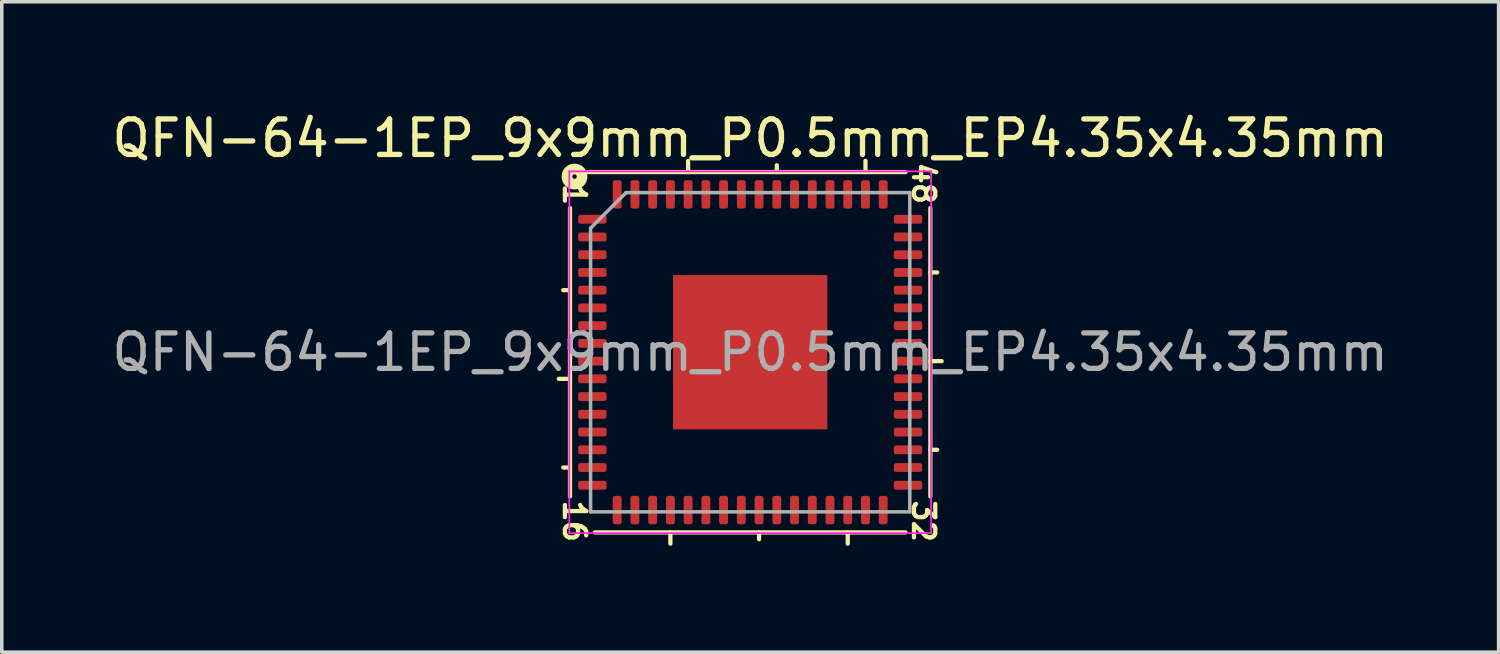
<source format=kicad_pcb>
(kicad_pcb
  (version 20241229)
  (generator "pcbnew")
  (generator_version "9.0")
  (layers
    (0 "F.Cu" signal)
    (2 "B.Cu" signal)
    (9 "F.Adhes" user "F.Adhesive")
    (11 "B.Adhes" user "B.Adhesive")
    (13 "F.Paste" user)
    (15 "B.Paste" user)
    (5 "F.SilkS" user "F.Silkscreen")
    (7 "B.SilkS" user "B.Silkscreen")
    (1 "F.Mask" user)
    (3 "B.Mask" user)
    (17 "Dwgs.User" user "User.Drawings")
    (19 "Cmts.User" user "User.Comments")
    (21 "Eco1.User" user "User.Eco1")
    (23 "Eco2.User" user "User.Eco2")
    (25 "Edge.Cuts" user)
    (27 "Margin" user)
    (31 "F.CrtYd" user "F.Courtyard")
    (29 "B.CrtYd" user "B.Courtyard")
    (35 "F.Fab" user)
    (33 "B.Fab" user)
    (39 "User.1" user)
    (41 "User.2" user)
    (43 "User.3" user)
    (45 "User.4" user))
  (footprint "QFN-64-1EP_9x9mm_P0.5mm_EP4.35x4.35mm"
    (layer "F.Cu")
    (at 18.101 6.881)
    (property "Reference" "QFN-64-1EP_9x9mm_P0.5mm_EP4.35x4.35mm" (at 0 -6.032 0) (layer "F.SilkS") (effects (font (size 1 1) (thickness 0.15))))
    (attr smd)
    (fp_line (start -5.08 -4.064) (end -5.08 4.064) (stroke (width 0.12) (type solid)) (layer "F.SilkS"))
    (fp_line (start -5.08 -1.75) (end -5.271 -1.75) (stroke (width 0.12) (type solid)) (layer "F.SilkS"))
    (fp_line (start -5.08 0.75) (end -5.397 0.75) (stroke (width 0.12) (type solid)) (layer "F.SilkS"))
    (fp_line (start -5.08 3.25) (end -5.271 3.25) (stroke (width 0.12) (type solid)) (layer "F.SilkS"))
    (fp_line (start -4.381 5.08) (end 4.381 5.08) (stroke (width 0.12) (type solid)) (layer "F.SilkS"))
    (fp_line (start -2.25 5.08) (end -2.25 5.397) (stroke (width 0.12) (type solid)) (layer "F.SilkS"))
    (fp_line (start -1.75 -5.08) (end -1.75 -5.397) (stroke (width 0.12) (type solid)) (layer "F.SilkS"))
    (fp_line (start 0.25 5.08) (end 0.25 5.271) (stroke (width 0.12) (type solid)) (layer "F.SilkS"))
    (fp_line (start 0.75 -5.08) (end 0.75 -5.271) (stroke (width 0.12) (type solid)) (layer "F.SilkS"))
    (fp_line (start 2.75 5.08) (end 2.75 5.397) (stroke (width 0.12) (type solid)) (layer "F.SilkS"))
    (fp_line (start 3.25 -5.08) (end 3.25 -5.397) (stroke (width 0.12) (type solid)) (layer "F.SilkS"))
    (fp_line (start 4.381 -5.08) (end -4.572 -5.08) (stroke (width 0.12) (type solid)) (layer "F.SilkS"))
    (fp_line (start 5.08 -2.25) (end 5.271 -2.25) (stroke (width 0.12) (type solid)) (layer "F.SilkS"))
    (fp_line (start 5.08 0.25) (end 5.397 0.25) (stroke (width 0.12) (type solid)) (layer "F.SilkS"))
    (fp_line (start 5.08 2.75) (end 5.271 2.75) (stroke (width 0.12) (type solid)) (layer "F.SilkS"))
    (fp_line (start 5.08 4.064) (end 5.08 -4.064) (stroke (width 0.12) (type solid)) (layer "F.SilkS"))
    (fp_circle (center -4.953 -4.953) (end -4.889 -4.953) (stroke (width 0.3) (type solid)) (fill no) (layer "F.SilkS"))
    (fp_line (start -5.1 -5.1) (end -5.1 5.1) (stroke (width 0.05) (type solid)) (layer "F.CrtYd"))
    (fp_line (start -5.1 5.1) (end 5.1 5.1) (stroke (width 0.05) (type solid)) (layer "F.CrtYd"))
    (fp_line (start 5.1 -5.1) (end -5.1 -5.1) (stroke (width 0.05) (type solid)) (layer "F.CrtYd"))
    (fp_line (start 5.1 5.1) (end 5.1 -5.1) (stroke (width 0.05) (type solid)) (layer "F.CrtYd"))
    (fp_line (start -4.5 -3.5) (end -3.5 -4.5) (stroke (width 0.1) (type solid)) (layer "F.Fab"))
    (fp_line (start -4.5 4.5) (end -4.5 -3.5) (stroke (width 0.1) (type solid)) (layer "F.Fab"))
    (fp_line (start -3.5 -4.5) (end 4.5 -4.5) (stroke (width 0.1) (type solid)) (layer "F.Fab"))
    (fp_line (start 4.5 -4.5) (end 4.5 4.5) (stroke (width 0.1) (type solid)) (layer "F.Fab"))
    (fp_line (start 4.5 4.5) (end -4.5 4.5) (stroke (width 0.1) (type solid)) (layer "F.Fab"))
    (fp_text user "1" (at -4.953 -4.445 270) (unlocked yes) (layer "F.SilkS") (effects (font (size 0.6 0.6) (thickness 0.12))))
    (fp_text user "32" (at 4.889 4.763 270) (unlocked yes) (layer "F.SilkS") (effects (font (size 0.6 0.6) (thickness 0.12))))
    (fp_text user "16" (at -4.953 4.763 270) (unlocked yes) (layer "F.SilkS") (effects (font (size 0.6 0.6) (thickness 0.12))))
    (fp_text user "48" (at 4.889 -4.763 270) (unlocked yes) (layer "F.SilkS") (effects (font (size 0.6 0.6) (thickness 0.12))))
    (fp_text user "${REFERENCE}" (at 0 0 0) (layer "F.Fab") (effects (font (size 1 1) (thickness 0.15))))
    (pad "" smd roundrect (at -1.45 -1.45) (size 1.17 1.17) (layers "F.Paste") (roundrect_rratio 0.214))
    (pad "" smd roundrect (at -1.45 0) (size 1.17 1.17) (layers "F.Paste") (roundrect_rratio 0.214))
    (pad "" smd roundrect (at -1.45 1.45) (size 1.17 1.17) (layers "F.Paste") (roundrect_rratio 0.214))
    (pad "" smd roundrect (at 0 -1.45) (size 1.17 1.17) (layers "F.Paste") (roundrect_rratio 0.214))
    (pad "" smd roundrect (at 0 0) (size 1.17 1.17) (layers "F.Paste") (roundrect_rratio 0.214))
    (pad "" smd roundrect (at 0 1.45) (size 1.17 1.17) (layers "F.Paste") (roundrect_rratio 0.214))
    (pad "" smd roundrect (at 1.45 -1.45) (size 1.17 1.17) (layers "F.Paste") (roundrect_rratio 0.214))
    (pad "" smd roundrect (at 1.45 0) (size 1.17 1.17) (layers "F.Paste") (roundrect_rratio 0.214))
    (pad "" smd roundrect (at 1.45 1.45) (size 1.17 1.17) (layers "F.Paste") (roundrect_rratio 0.214))
    (pad "1" smd roundrect (at -4.45 -3.75) (size 0.8 0.25) (layers "F.Cu" "F.Mask" "F.Paste") (roundrect_rratio 0.25))
    (pad "2" smd roundrect (at -4.45 -3.25) (size 0.8 0.25) (layers "F.Cu" "F.Mask" "F.Paste") (roundrect_rratio 0.25))
    (pad "3" smd roundrect (at -4.45 -2.75) (size 0.8 0.25) (layers "F.Cu" "F.Mask" "F.Paste") (roundrect_rratio 0.25))
    (pad "4" smd roundrect (at -4.45 -2.25) (size 0.8 0.25) (layers "F.Cu" "F.Mask" "F.Paste") (roundrect_rratio 0.25))
    (pad "5" smd roundrect (at -4.45 -1.75) (size 0.8 0.25) (layers "F.Cu" "F.Mask" "F.Paste") (roundrect_rratio 0.25))
    (pad "6" smd roundrect (at -4.45 -1.25) (size 0.8 0.25) (layers "F.Cu" "F.Mask" "F.Paste") (roundrect_rratio 0.25))
    (pad "7" smd roundrect (at -4.45 -0.75) (size 0.8 0.25) (layers "F.Cu" "F.Mask" "F.Paste") (roundrect_rratio 0.25))
    (pad "8" smd roundrect (at -4.45 -0.25) (size 0.8 0.25) (layers "F.Cu" "F.Mask" "F.Paste") (roundrect_rratio 0.25))
    (pad "9" smd roundrect (at -4.45 0.25) (size 0.8 0.25) (layers "F.Cu" "F.Mask" "F.Paste") (roundrect_rratio 0.25))
    (pad "10" smd roundrect (at -4.45 0.75) (size 0.8 0.25) (layers "F.Cu" "F.Mask" "F.Paste") (roundrect_rratio 0.25))
    (pad "11" smd roundrect (at -4.45 1.25) (size 0.8 0.25) (layers "F.Cu" "F.Mask" "F.Paste") (roundrect_rratio 0.25))
    (pad "12" smd roundrect (at -4.45 1.75) (size 0.8 0.25) (layers "F.Cu" "F.Mask" "F.Paste") (roundrect_rratio 0.25))
    (pad "13" smd roundrect (at -4.45 2.25) (size 0.8 0.25) (layers "F.Cu" "F.Mask" "F.Paste") (roundrect_rratio 0.25))
    (pad "14" smd roundrect (at -4.45 2.75) (size 0.8 0.25) (layers "F.Cu" "F.Mask" "F.Paste") (roundrect_rratio 0.25))
    (pad "15" smd roundrect (at -4.45 3.25) (size 0.8 0.25) (layers "F.Cu" "F.Mask" "F.Paste") (roundrect_rratio 0.25))
    (pad "16" smd roundrect (at -4.45 3.75) (size 0.8 0.25) (layers "F.Cu" "F.Mask" "F.Paste") (roundrect_rratio 0.25))
    (pad "17" smd roundrect (at -3.75 4.45) (size 0.25 0.8) (layers "F.Cu" "F.Mask" "F.Paste") (roundrect_rratio 0.25))
    (pad "18" smd roundrect (at -3.25 4.45) (size 0.25 0.8) (layers "F.Cu" "F.Mask" "F.Paste") (roundrect_rratio 0.25))
    (pad "19" smd roundrect (at -2.75 4.45) (size 0.25 0.8) (layers "F.Cu" "F.Mask" "F.Paste") (roundrect_rratio 0.25))
    (pad "20" smd roundrect (at -2.25 4.45) (size 0.25 0.8) (layers "F.Cu" "F.Mask" "F.Paste") (roundrect_rratio 0.25))
    (pad "21" smd roundrect (at -1.75 4.45) (size 0.25 0.8) (layers "F.Cu" "F.Mask" "F.Paste") (roundrect_rratio 0.25))
    (pad "22" smd roundrect (at -1.25 4.45) (size 0.25 0.8) (layers "F.Cu" "F.Mask" "F.Paste") (roundrect_rratio 0.25))
    (pad "23" smd roundrect (at -0.75 4.45) (size 0.25 0.8) (layers "F.Cu" "F.Mask" "F.Paste") (roundrect_rratio 0.25))
    (pad "24" smd roundrect (at -0.25 4.45) (size 0.25 0.8) (layers "F.Cu" "F.Mask" "F.Paste") (roundrect_rratio 0.25))
    (pad "25" smd roundrect (at 0.25 4.45) (size 0.25 0.8) (layers "F.Cu" "F.Mask" "F.Paste") (roundrect_rratio 0.25))
    (pad "26" smd roundrect (at 0.75 4.45) (size 0.25 0.8) (layers "F.Cu" "F.Mask" "F.Paste") (roundrect_rratio 0.25))
    (pad "27" smd roundrect (at 1.25 4.45) (size 0.25 0.8) (layers "F.Cu" "F.Mask" "F.Paste") (roundrect_rratio 0.25))
    (pad "28" smd roundrect (at 1.75 4.45) (size 0.25 0.8) (layers "F.Cu" "F.Mask" "F.Paste") (roundrect_rratio 0.25))
    (pad "29" smd roundrect (at 2.25 4.45) (size 0.25 0.8) (layers "F.Cu" "F.Mask" "F.Paste") (roundrect_rratio 0.25))
    (pad "30" smd roundrect (at 2.75 4.45) (size 0.25 0.8) (layers "F.Cu" "F.Mask" "F.Paste") (roundrect_rratio 0.25))
    (pad "31" smd roundrect (at 3.25 4.45) (size 0.25 0.8) (layers "F.Cu" "F.Mask" "F.Paste") (roundrect_rratio 0.25))
    (pad "32" smd roundrect (at 3.75 4.45) (size 0.25 0.8) (layers "F.Cu" "F.Mask" "F.Paste") (roundrect_rratio 0.25))
    (pad "33" smd roundrect (at 4.45 3.75) (size 0.8 0.25) (layers "F.Cu" "F.Mask" "F.Paste") (roundrect_rratio 0.25))
    (pad "34" smd roundrect (at 4.45 3.25) (size 0.8 0.25) (layers "F.Cu" "F.Mask" "F.Paste") (roundrect_rratio 0.25))
    (pad "35" smd roundrect (at 4.45 2.75) (size 0.8 0.25) (layers "F.Cu" "F.Mask" "F.Paste") (roundrect_rratio 0.25))
    (pad "36" smd roundrect (at 4.45 2.25) (size 0.8 0.25) (layers "F.Cu" "F.Mask" "F.Paste") (roundrect_rratio 0.25))
    (pad "37" smd roundrect (at 4.45 1.75) (size 0.8 0.25) (layers "F.Cu" "F.Mask" "F.Paste") (roundrect_rratio 0.25))
    (pad "38" smd roundrect (at 4.45 1.25) (size 0.8 0.25) (layers "F.Cu" "F.Mask" "F.Paste") (roundrect_rratio 0.25))
    (pad "39" smd roundrect (at 4.45 0.75) (size 0.8 0.25) (layers "F.Cu" "F.Mask" "F.Paste") (roundrect_rratio 0.25))
    (pad "40" smd roundrect (at 4.45 0.25) (size 0.8 0.25) (layers "F.Cu" "F.Mask" "F.Paste") (roundrect_rratio 0.25))
    (pad "41" smd roundrect (at 4.45 -0.25) (size 0.8 0.25) (layers "F.Cu" "F.Mask" "F.Paste") (roundrect_rratio 0.25))
    (pad "42" smd roundrect (at 4.45 -0.75) (size 0.8 0.25) (layers "F.Cu" "F.Mask" "F.Paste") (roundrect_rratio 0.25))
    (pad "43" smd roundrect (at 4.45 -1.25) (size 0.8 0.25) (layers "F.Cu" "F.Mask" "F.Paste") (roundrect_rratio 0.25))
    (pad "44" smd roundrect (at 4.45 -1.75) (size 0.8 0.25) (layers "F.Cu" "F.Mask" "F.Paste") (roundrect_rratio 0.25))
    (pad "45" smd roundrect (at 4.45 -2.25) (size 0.8 0.25) (layers "F.Cu" "F.Mask" "F.Paste") (roundrect_rratio 0.25))
    (pad "46" smd roundrect (at 4.45 -2.75) (size 0.8 0.25) (layers "F.Cu" "F.Mask" "F.Paste") (roundrect_rratio 0.25))
    (pad "47" smd roundrect (at 4.45 -3.25) (size 0.8 0.25) (layers "F.Cu" "F.Mask" "F.Paste") (roundrect_rratio 0.25))
    (pad "48" smd roundrect (at 4.45 -3.75) (size 0.8 0.25) (layers "F.Cu" "F.Mask" "F.Paste") (roundrect_rratio 0.25))
    (pad "49" smd roundrect (at 3.75 -4.45) (size 0.25 0.8) (layers "F.Cu" "F.Mask" "F.Paste") (roundrect_rratio 0.25))
    (pad "50" smd roundrect (at 3.25 -4.45) (size 0.25 0.8) (layers "F.Cu" "F.Mask" "F.Paste") (roundrect_rratio 0.25))
    (pad "51" smd roundrect (at 2.75 -4.45) (size 0.25 0.8) (layers "F.Cu" "F.Mask" "F.Paste") (roundrect_rratio 0.25))
    (pad "52" smd roundrect (at 2.25 -4.45) (size 0.25 0.8) (layers "F.Cu" "F.Mask" "F.Paste") (roundrect_rratio 0.25))
    (pad "53" smd roundrect (at 1.75 -4.45) (size 0.25 0.8) (layers "F.Cu" "F.Mask" "F.Paste") (roundrect_rratio 0.25))
    (pad "54" smd roundrect (at 1.25 -4.45) (size 0.25 0.8) (layers "F.Cu" "F.Mask" "F.Paste") (roundrect_rratio 0.25))
    (pad "55" smd roundrect (at 0.75 -4.45) (size 0.25 0.8) (layers "F.Cu" "F.Mask" "F.Paste") (roundrect_rratio 0.25))
    (pad "56" smd roundrect (at 0.25 -4.45) (size 0.25 0.8) (layers "F.Cu" "F.Mask" "F.Paste") (roundrect_rratio 0.25))
    (pad "57" smd roundrect (at -0.25 -4.45) (size 0.25 0.8) (layers "F.Cu" "F.Mask" "F.Paste") (roundrect_rratio 0.25))
    (pad "58" smd roundrect (at -0.75 -4.45) (size 0.25 0.8) (layers "F.Cu" "F.Mask" "F.Paste") (roundrect_rratio 0.25))
    (pad "59" smd roundrect (at -1.25 -4.45) (size 0.25 0.8) (layers "F.Cu" "F.Mask" "F.Paste") (roundrect_rratio 0.25))
    (pad "60" smd roundrect (at -1.75 -4.45) (size 0.25 0.8) (layers "F.Cu" "F.Mask" "F.Paste") (roundrect_rratio 0.25))
    (pad "61" smd roundrect (at -2.25 -4.45) (size 0.25 0.8) (layers "F.Cu" "F.Mask" "F.Paste") (roundrect_rratio 0.25))
    (pad "62" smd roundrect (at -2.75 -4.45) (size 0.25 0.8) (layers "F.Cu" "F.Mask" "F.Paste") (roundrect_rratio 0.25))
    (pad "63" smd roundrect (at -3.25 -4.45) (size 0.25 0.8) (layers "F.Cu" "F.Mask" "F.Paste") (roundrect_rratio 0.25))
    (pad "64" smd roundrect (at -3.75 -4.45) (size 0.25 0.8) (layers "F.Cu" "F.Mask" "F.Paste") (roundrect_rratio 0.25))
    (pad "65" smd rect (at 0 0) (size 4.35 4.35) (layers "F.Cu" "F.Mask")))
  (gr_rect
    (start -3 -3)
    (end 39.202 15.338)
    (stroke (width 0.1) (type default))
    (fill no)
    (layer "Edge.Cuts")))
</source>
